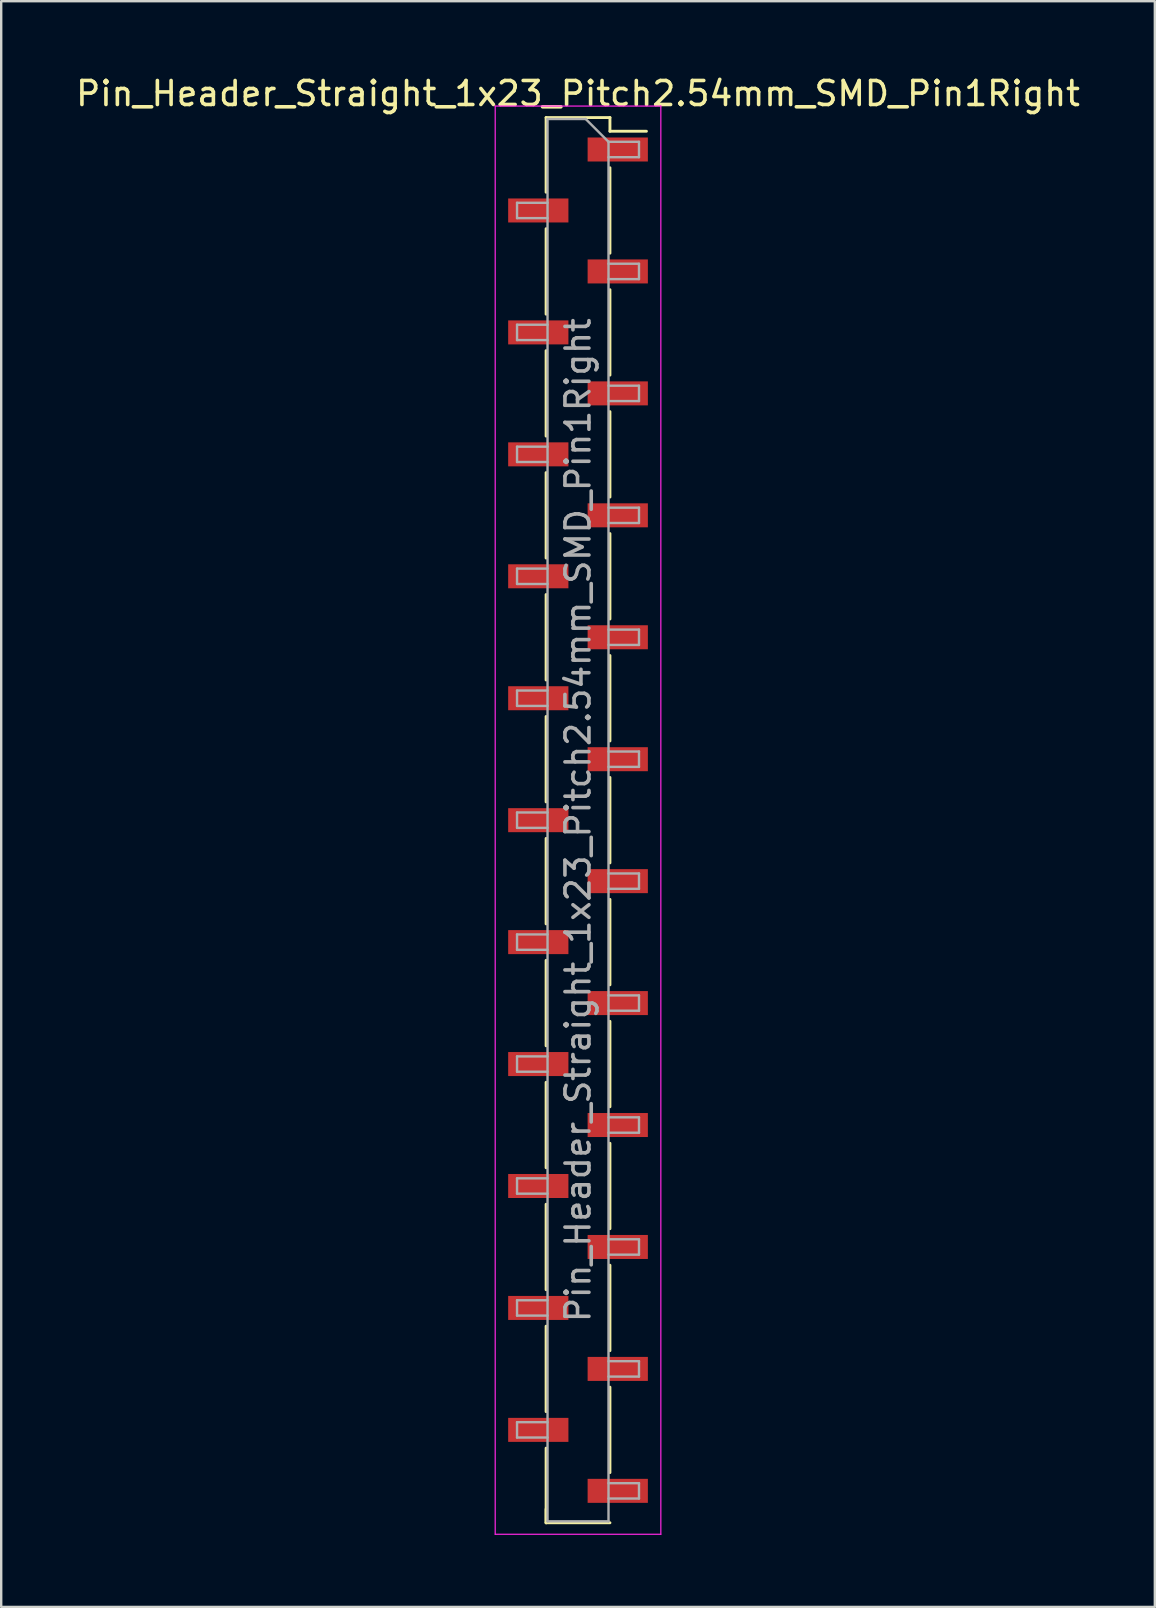
<source format=kicad_pcb>
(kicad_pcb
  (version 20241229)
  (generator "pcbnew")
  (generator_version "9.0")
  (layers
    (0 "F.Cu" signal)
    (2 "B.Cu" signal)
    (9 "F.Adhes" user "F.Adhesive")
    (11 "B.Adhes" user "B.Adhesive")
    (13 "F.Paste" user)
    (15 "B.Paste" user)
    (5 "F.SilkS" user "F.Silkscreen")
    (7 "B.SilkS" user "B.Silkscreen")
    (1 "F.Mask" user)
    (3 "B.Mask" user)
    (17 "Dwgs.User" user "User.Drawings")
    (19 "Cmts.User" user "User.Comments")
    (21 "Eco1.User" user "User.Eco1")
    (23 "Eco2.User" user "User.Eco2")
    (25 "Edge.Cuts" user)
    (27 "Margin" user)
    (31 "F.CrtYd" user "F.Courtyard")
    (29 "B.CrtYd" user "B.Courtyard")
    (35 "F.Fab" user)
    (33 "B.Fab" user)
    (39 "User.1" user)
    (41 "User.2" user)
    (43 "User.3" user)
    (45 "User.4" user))
  (footprint "Pin_Header_Straight_1x23_Pitch2.54mm_SMD_Pin1Right"
    (layer "F.Cu")
    (at 21.03 31.118)
    (property "Reference" "Pin_Header_Straight_1x23_Pitch2.54mm_SMD_Pin1Right" (at 0 -30.27 0) (layer "F.SilkS") (effects (font (size 1 1) (thickness 0.15))))
    (attr smd)
    (fp_line (start -1.33 -29.27) (end -1.33 -26.16) (stroke (width 0.12) (type solid)) (layer "F.SilkS"))
    (fp_line (start -1.33 -29.27) (end 1.33 -29.27) (stroke (width 0.12) (type solid)) (layer "F.SilkS"))
    (fp_line (start -1.33 -24.64) (end -1.33 -21.08) (stroke (width 0.12) (type solid)) (layer "F.SilkS"))
    (fp_line (start -1.33 -19.56) (end -1.33 -16) (stroke (width 0.12) (type solid)) (layer "F.SilkS"))
    (fp_line (start -1.33 -14.48) (end -1.33 -10.92) (stroke (width 0.12) (type solid)) (layer "F.SilkS"))
    (fp_line (start -1.33 -9.4) (end -1.33 -5.84) (stroke (width 0.12) (type solid)) (layer "F.SilkS"))
    (fp_line (start -1.33 -4.32) (end -1.33 -0.76) (stroke (width 0.12) (type solid)) (layer "F.SilkS"))
    (fp_line (start -1.33 0.76) (end -1.33 4.32) (stroke (width 0.12) (type solid)) (layer "F.SilkS"))
    (fp_line (start -1.33 5.84) (end -1.33 9.4) (stroke (width 0.12) (type solid)) (layer "F.SilkS"))
    (fp_line (start -1.33 10.92) (end -1.33 14.48) (stroke (width 0.12) (type solid)) (layer "F.SilkS"))
    (fp_line (start -1.33 16) (end -1.33 19.56) (stroke (width 0.12) (type solid)) (layer "F.SilkS"))
    (fp_line (start -1.33 21.08) (end -1.33 24.64) (stroke (width 0.12) (type solid)) (layer "F.SilkS"))
    (fp_line (start -1.33 26.16) (end -1.33 29.27) (stroke (width 0.12) (type solid)) (layer "F.SilkS"))
    (fp_line (start -1.33 28.7) (end -1.33 29.27) (stroke (width 0.12) (type solid)) (layer "F.SilkS"))
    (fp_line (start -1.33 29.27) (end 1.33 29.27) (stroke (width 0.12) (type solid)) (layer "F.SilkS"))
    (fp_line (start 1.33 -29.27) (end 1.33 -28.7) (stroke (width 0.12) (type solid)) (layer "F.SilkS"))
    (fp_line (start 1.33 -28.7) (end 2.85 -28.7) (stroke (width 0.12) (type solid)) (layer "F.SilkS"))
    (fp_line (start 1.33 -27.18) (end 1.33 -23.62) (stroke (width 0.12) (type solid)) (layer "F.SilkS"))
    (fp_line (start 1.33 -22.1) (end 1.33 -18.54) (stroke (width 0.12) (type solid)) (layer "F.SilkS"))
    (fp_line (start 1.33 -17.02) (end 1.33 -13.46) (stroke (width 0.12) (type solid)) (layer "F.SilkS"))
    (fp_line (start 1.33 -11.94) (end 1.33 -8.38) (stroke (width 0.12) (type solid)) (layer "F.SilkS"))
    (fp_line (start 1.33 -6.86) (end 1.33 -3.3) (stroke (width 0.12) (type solid)) (layer "F.SilkS"))
    (fp_line (start 1.33 -1.78) (end 1.33 1.78) (stroke (width 0.12) (type solid)) (layer "F.SilkS"))
    (fp_line (start 1.33 3.3) (end 1.33 6.86) (stroke (width 0.12) (type solid)) (layer "F.SilkS"))
    (fp_line (start 1.33 8.38) (end 1.33 11.94) (stroke (width 0.12) (type solid)) (layer "F.SilkS"))
    (fp_line (start 1.33 13.46) (end 1.33 17.02) (stroke (width 0.12) (type solid)) (layer "F.SilkS"))
    (fp_line (start 1.33 18.54) (end 1.33 22.1) (stroke (width 0.12) (type solid)) (layer "F.SilkS"))
    (fp_line (start 1.33 23.62) (end 1.33 27.18) (stroke (width 0.12) (type solid)) (layer "F.SilkS"))
    (fp_line (start -3.45 -29.75) (end -3.45 29.75) (stroke (width 0.05) (type solid)) (layer "F.CrtYd"))
    (fp_line (start -3.45 29.75) (end 3.45 29.75) (stroke (width 0.05) (type solid)) (layer "F.CrtYd"))
    (fp_line (start 3.45 -29.75) (end -3.45 -29.75) (stroke (width 0.05) (type solid)) (layer "F.CrtYd"))
    (fp_line (start 3.45 29.75) (end 3.45 -29.75) (stroke (width 0.05) (type solid)) (layer "F.CrtYd"))
    (fp_line (start -2.54 -25.72) (end -2.54 -25.08) (stroke (width 0.1) (type solid)) (layer "F.Fab"))
    (fp_line (start -2.54 -25.08) (end -1.27 -25.08) (stroke (width 0.1) (type solid)) (layer "F.Fab"))
    (fp_line (start -2.54 -20.64) (end -2.54 -20) (stroke (width 0.1) (type solid)) (layer "F.Fab"))
    (fp_line (start -2.54 -20) (end -1.27 -20) (stroke (width 0.1) (type solid)) (layer "F.Fab"))
    (fp_line (start -2.54 -15.56) (end -2.54 -14.92) (stroke (width 0.1) (type solid)) (layer "F.Fab"))
    (fp_line (start -2.54 -14.92) (end -1.27 -14.92) (stroke (width 0.1) (type solid)) (layer "F.Fab"))
    (fp_line (start -2.54 -10.48) (end -2.54 -9.84) (stroke (width 0.1) (type solid)) (layer "F.Fab"))
    (fp_line (start -2.54 -9.84) (end -1.27 -9.84) (stroke (width 0.1) (type solid)) (layer "F.Fab"))
    (fp_line (start -2.54 -5.4) (end -2.54 -4.76) (stroke (width 0.1) (type solid)) (layer "F.Fab"))
    (fp_line (start -2.54 -4.76) (end -1.27 -4.76) (stroke (width 0.1) (type solid)) (layer "F.Fab"))
    (fp_line (start -2.54 -0.32) (end -2.54 0.32) (stroke (width 0.1) (type solid)) (layer "F.Fab"))
    (fp_line (start -2.54 0.32) (end -1.27 0.32) (stroke (width 0.1) (type solid)) (layer "F.Fab"))
    (fp_line (start -2.54 4.76) (end -2.54 5.4) (stroke (width 0.1) (type solid)) (layer "F.Fab"))
    (fp_line (start -2.54 5.4) (end -1.27 5.4) (stroke (width 0.1) (type solid)) (layer "F.Fab"))
    (fp_line (start -2.54 9.84) (end -2.54 10.48) (stroke (width 0.1) (type solid)) (layer "F.Fab"))
    (fp_line (start -2.54 10.48) (end -1.27 10.48) (stroke (width 0.1) (type solid)) (layer "F.Fab"))
    (fp_line (start -2.54 14.92) (end -2.54 15.56) (stroke (width 0.1) (type solid)) (layer "F.Fab"))
    (fp_line (start -2.54 15.56) (end -1.27 15.56) (stroke (width 0.1) (type solid)) (layer "F.Fab"))
    (fp_line (start -2.54 20) (end -2.54 20.64) (stroke (width 0.1) (type solid)) (layer "F.Fab"))
    (fp_line (start -2.54 20.64) (end -1.27 20.64) (stroke (width 0.1) (type solid)) (layer "F.Fab"))
    (fp_line (start -2.54 25.08) (end -2.54 25.72) (stroke (width 0.1) (type solid)) (layer "F.Fab"))
    (fp_line (start -2.54 25.72) (end -1.27 25.72) (stroke (width 0.1) (type solid)) (layer "F.Fab"))
    (fp_line (start -1.27 -29.21) (end -1.27 29.21) (stroke (width 0.1) (type solid)) (layer "F.Fab"))
    (fp_line (start -1.27 -29.21) (end 0.32 -29.21) (stroke (width 0.1) (type solid)) (layer "F.Fab"))
    (fp_line (start -1.27 -25.72) (end -2.54 -25.72) (stroke (width 0.1) (type solid)) (layer "F.Fab"))
    (fp_line (start -1.27 -20.64) (end -2.54 -20.64) (stroke (width 0.1) (type solid)) (layer "F.Fab"))
    (fp_line (start -1.27 -15.56) (end -2.54 -15.56) (stroke (width 0.1) (type solid)) (layer "F.Fab"))
    (fp_line (start -1.27 -10.48) (end -2.54 -10.48) (stroke (width 0.1) (type solid)) (layer "F.Fab"))
    (fp_line (start -1.27 -5.4) (end -2.54 -5.4) (stroke (width 0.1) (type solid)) (layer "F.Fab"))
    (fp_line (start -1.27 -0.32) (end -2.54 -0.32) (stroke (width 0.1) (type solid)) (layer "F.Fab"))
    (fp_line (start -1.27 4.76) (end -2.54 4.76) (stroke (width 0.1) (type solid)) (layer "F.Fab"))
    (fp_line (start -1.27 9.84) (end -2.54 9.84) (stroke (width 0.1) (type solid)) (layer "F.Fab"))
    (fp_line (start -1.27 14.92) (end -2.54 14.92) (stroke (width 0.1) (type solid)) (layer "F.Fab"))
    (fp_line (start -1.27 20) (end -2.54 20) (stroke (width 0.1) (type solid)) (layer "F.Fab"))
    (fp_line (start -1.27 25.08) (end -2.54 25.08) (stroke (width 0.1) (type solid)) (layer "F.Fab"))
    (fp_line (start 1.27 -28.26) (end 0.32 -29.21) (stroke (width 0.1) (type solid)) (layer "F.Fab"))
    (fp_line (start 1.27 -28.26) (end 2.54 -28.26) (stroke (width 0.1) (type solid)) (layer "F.Fab"))
    (fp_line (start 1.27 -23.18) (end 2.54 -23.18) (stroke (width 0.1) (type solid)) (layer "F.Fab"))
    (fp_line (start 1.27 -18.1) (end 2.54 -18.1) (stroke (width 0.1) (type solid)) (layer "F.Fab"))
    (fp_line (start 1.27 -13.02) (end 2.54 -13.02) (stroke (width 0.1) (type solid)) (layer "F.Fab"))
    (fp_line (start 1.27 -7.94) (end 2.54 -7.94) (stroke (width 0.1) (type solid)) (layer "F.Fab"))
    (fp_line (start 1.27 -2.86) (end 2.54 -2.86) (stroke (width 0.1) (type solid)) (layer "F.Fab"))
    (fp_line (start 1.27 2.22) (end 2.54 2.22) (stroke (width 0.1) (type solid)) (layer "F.Fab"))
    (fp_line (start 1.27 7.3) (end 2.54 7.3) (stroke (width 0.1) (type solid)) (layer "F.Fab"))
    (fp_line (start 1.27 12.38) (end 2.54 12.38) (stroke (width 0.1) (type solid)) (layer "F.Fab"))
    (fp_line (start 1.27 17.46) (end 2.54 17.46) (stroke (width 0.1) (type solid)) (layer "F.Fab"))
    (fp_line (start 1.27 22.54) (end 2.54 22.54) (stroke (width 0.1) (type solid)) (layer "F.Fab"))
    (fp_line (start 1.27 27.62) (end 2.54 27.62) (stroke (width 0.1) (type solid)) (layer "F.Fab"))
    (fp_line (start 1.27 29.21) (end -1.27 29.21) (stroke (width 0.1) (type solid)) (layer "F.Fab"))
    (fp_line (start 1.27 29.21) (end 1.27 -28.26) (stroke (width 0.1) (type solid)) (layer "F.Fab"))
    (fp_line (start 2.54 -28.26) (end 2.54 -27.62) (stroke (width 0.1) (type solid)) (layer "F.Fab"))
    (fp_line (start 2.54 -27.62) (end 1.27 -27.62) (stroke (width 0.1) (type solid)) (layer "F.Fab"))
    (fp_line (start 2.54 -23.18) (end 2.54 -22.54) (stroke (width 0.1) (type solid)) (layer "F.Fab"))
    (fp_line (start 2.54 -22.54) (end 1.27 -22.54) (stroke (width 0.1) (type solid)) (layer "F.Fab"))
    (fp_line (start 2.54 -18.1) (end 2.54 -17.46) (stroke (width 0.1) (type solid)) (layer "F.Fab"))
    (fp_line (start 2.54 -17.46) (end 1.27 -17.46) (stroke (width 0.1) (type solid)) (layer "F.Fab"))
    (fp_line (start 2.54 -13.02) (end 2.54 -12.38) (stroke (width 0.1) (type solid)) (layer "F.Fab"))
    (fp_line (start 2.54 -12.38) (end 1.27 -12.38) (stroke (width 0.1) (type solid)) (layer "F.Fab"))
    (fp_line (start 2.54 -7.94) (end 2.54 -7.3) (stroke (width 0.1) (type solid)) (layer "F.Fab"))
    (fp_line (start 2.54 -7.3) (end 1.27 -7.3) (stroke (width 0.1) (type solid)) (layer "F.Fab"))
    (fp_line (start 2.54 -2.86) (end 2.54 -2.22) (stroke (width 0.1) (type solid)) (layer "F.Fab"))
    (fp_line (start 2.54 -2.22) (end 1.27 -2.22) (stroke (width 0.1) (type solid)) (layer "F.Fab"))
    (fp_line (start 2.54 2.22) (end 2.54 2.86) (stroke (width 0.1) (type solid)) (layer "F.Fab"))
    (fp_line (start 2.54 2.86) (end 1.27 2.86) (stroke (width 0.1) (type solid)) (layer "F.Fab"))
    (fp_line (start 2.54 7.3) (end 2.54 7.94) (stroke (width 0.1) (type solid)) (layer "F.Fab"))
    (fp_line (start 2.54 7.94) (end 1.27 7.94) (stroke (width 0.1) (type solid)) (layer "F.Fab"))
    (fp_line (start 2.54 12.38) (end 2.54 13.02) (stroke (width 0.1) (type solid)) (layer "F.Fab"))
    (fp_line (start 2.54 13.02) (end 1.27 13.02) (stroke (width 0.1) (type solid)) (layer "F.Fab"))
    (fp_line (start 2.54 17.46) (end 2.54 18.1) (stroke (width 0.1) (type solid)) (layer "F.Fab"))
    (fp_line (start 2.54 18.1) (end 1.27 18.1) (stroke (width 0.1) (type solid)) (layer "F.Fab"))
    (fp_line (start 2.54 22.54) (end 2.54 23.18) (stroke (width 0.1) (type solid)) (layer "F.Fab"))
    (fp_line (start 2.54 23.18) (end 1.27 23.18) (stroke (width 0.1) (type solid)) (layer "F.Fab"))
    (fp_line (start 2.54 27.62) (end 2.54 28.26) (stroke (width 0.1) (type solid)) (layer "F.Fab"))
    (fp_line (start 2.54 28.26) (end 1.27 28.26) (stroke (width 0.1) (type solid)) (layer "F.Fab"))
    (fp_text user "${REFERENCE}" (at 0 0 90) (layer "F.Fab") (effects (font (size 1 1) (thickness 0.15))))
    (pad "1" smd rect (at 1.655 -27.94) (size 2.51 1) (layers "F.Cu" "F.Mask" "F.Paste"))
    (pad "2" smd rect (at -1.655 -25.4) (size 2.51 1) (layers "F.Cu" "F.Mask" "F.Paste"))
    (pad "3" smd rect (at 1.655 -22.86) (size 2.51 1) (layers "F.Cu" "F.Mask" "F.Paste"))
    (pad "4" smd rect (at -1.655 -20.32) (size 2.51 1) (layers "F.Cu" "F.Mask" "F.Paste"))
    (pad "5" smd rect (at 1.655 -17.78) (size 2.51 1) (layers "F.Cu" "F.Mask" "F.Paste"))
    (pad "6" smd rect (at -1.655 -15.24) (size 2.51 1) (layers "F.Cu" "F.Mask" "F.Paste"))
    (pad "7" smd rect (at 1.655 -12.7) (size 2.51 1) (layers "F.Cu" "F.Mask" "F.Paste"))
    (pad "8" smd rect (at -1.655 -10.16) (size 2.51 1) (layers "F.Cu" "F.Mask" "F.Paste"))
    (pad "9" smd rect (at 1.655 -7.62) (size 2.51 1) (layers "F.Cu" "F.Mask" "F.Paste"))
    (pad "10" smd rect (at -1.655 -5.08) (size 2.51 1) (layers "F.Cu" "F.Mask" "F.Paste"))
    (pad "11" smd rect (at 1.655 -2.54) (size 2.51 1) (layers "F.Cu" "F.Mask" "F.Paste"))
    (pad "12" smd rect (at -1.655 0) (size 2.51 1) (layers "F.Cu" "F.Mask" "F.Paste"))
    (pad "13" smd rect (at 1.655 2.54) (size 2.51 1) (layers "F.Cu" "F.Mask" "F.Paste"))
    (pad "14" smd rect (at -1.655 5.08) (size 2.51 1) (layers "F.Cu" "F.Mask" "F.Paste"))
    (pad "15" smd rect (at 1.655 7.62) (size 2.51 1) (layers "F.Cu" "F.Mask" "F.Paste"))
    (pad "16" smd rect (at -1.655 10.16) (size 2.51 1) (layers "F.Cu" "F.Mask" "F.Paste"))
    (pad "17" smd rect (at 1.655 12.7) (size 2.51 1) (layers "F.Cu" "F.Mask" "F.Paste"))
    (pad "18" smd rect (at -1.655 15.24) (size 2.51 1) (layers "F.Cu" "F.Mask" "F.Paste"))
    (pad "19" smd rect (at 1.655 17.78) (size 2.51 1) (layers "F.Cu" "F.Mask" "F.Paste"))
    (pad "20" smd rect (at -1.655 20.32) (size 2.51 1) (layers "F.Cu" "F.Mask" "F.Paste"))
    (pad "21" smd rect (at 1.655 22.86) (size 2.51 1) (layers "F.Cu" "F.Mask" "F.Paste"))
    (pad "22" smd rect (at -1.655 25.4) (size 2.51 1) (layers "F.Cu" "F.Mask" "F.Paste"))
    (pad "23" smd rect (at 1.655 27.94) (size 2.51 1) (layers "F.Cu" "F.Mask" "F.Paste")))
  (gr_rect
    (start -3 -3)
    (end 45.06 63.893)
    (stroke (width 0.1) (type default))
    (fill no)
    (layer "Edge.Cuts")))
</source>
